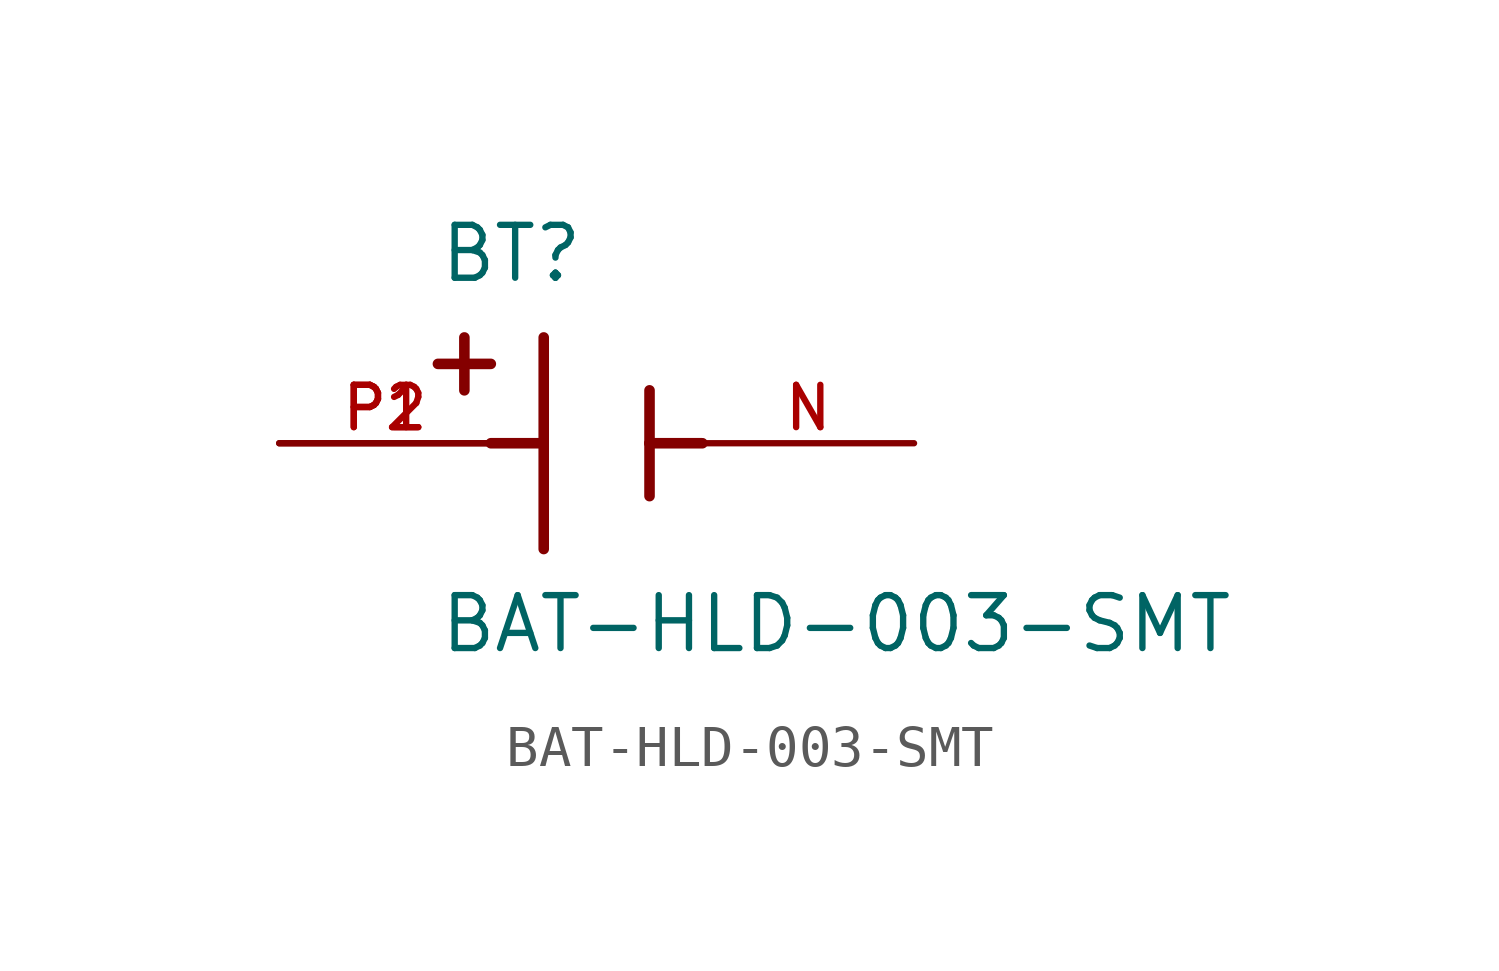
<source format=kicad_sym>
(kicad_symbol_lib
  (version 20211014)
  (generator kicad_symbol_editor)
  (symbol "BAT-HLD-003-SMT"
    (pin_names
      (offset 1.016))
    (property "Reference" "BT"
      (at -3.81 3.81 0)
      (effects (font (size 1.27 1.27)) (justify bottom left)))
    (property "Value" "BAT-HLD-003-SMT"
      (at -3.81 -5.08 0)
      (effects (font (size 1.27 1.27)) (justify bottom left)))
    (symbol "BAT-HLD-003-SMT_0_0"
      (polyline (pts (xy -1.27 2.54) (xy -1.27 0.0)) (stroke (width 0.254)))
      (polyline (pts (xy -1.27 0.0) (xy -1.27 -2.54)) (stroke (width 0.254)))
      (polyline (pts (xy 1.27 1.27) (xy 1.27 0.0)) (stroke (width 0.254)))
      (polyline (pts (xy 1.27 0.0) (xy 1.27 -1.27)) (stroke (width 0.254)))
      (polyline (pts (xy -1.27 0.0) (xy -2.54 0.0)) (stroke (width 0.254)))
      (polyline (pts (xy 1.27 0.0) (xy 2.54 0.0)) (stroke (width 0.254)))
      (polyline (pts (xy -3.175 2.54) (xy -3.175 1.27)) (stroke (width 0.254)))
      (polyline (pts (xy -3.81 1.905) (xy -2.54 1.905)) (stroke (width 0.254)))
      (pin passive line (at -7.62 0.0 0) (length 5.08) (name "~" (effects (font (size 1.016 1.016)))) (number "P1" (effects (font (size 1.016 1.016)))))
      (pin passive line (at -7.62 0.0 0) (length 5.08) (name "~" (effects (font (size 1.016 1.016)))) (number "P2" (effects (font (size 1.016 1.016)))))
      (pin passive line (at 7.62 0.0 180.0) (length 5.08) (name "~" (effects (font (size 1.016 1.016)))) (number "N" (effects (font (size 1.016 1.016))))))))
</source>
